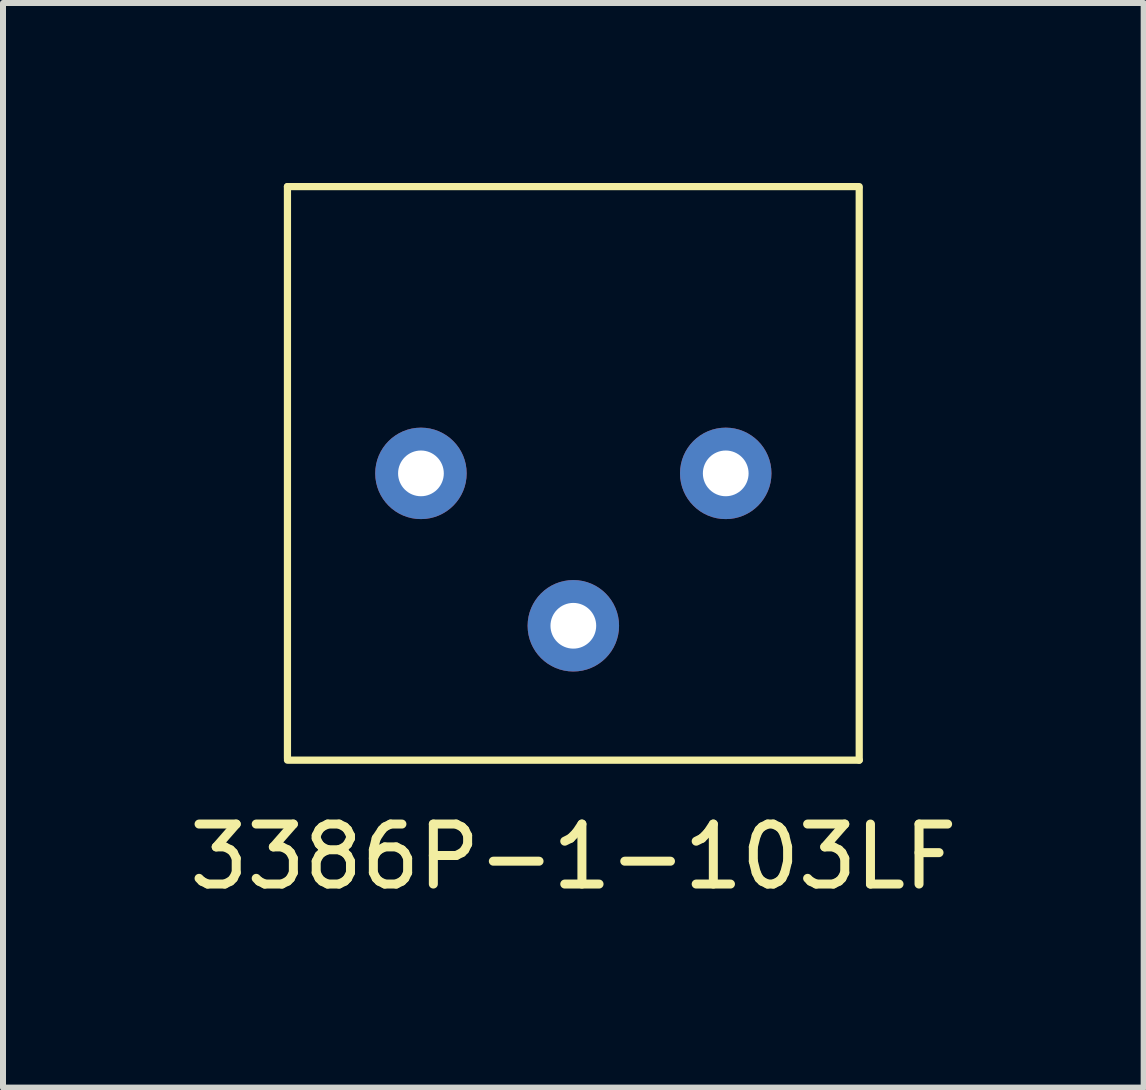
<source format=kicad_pcb>
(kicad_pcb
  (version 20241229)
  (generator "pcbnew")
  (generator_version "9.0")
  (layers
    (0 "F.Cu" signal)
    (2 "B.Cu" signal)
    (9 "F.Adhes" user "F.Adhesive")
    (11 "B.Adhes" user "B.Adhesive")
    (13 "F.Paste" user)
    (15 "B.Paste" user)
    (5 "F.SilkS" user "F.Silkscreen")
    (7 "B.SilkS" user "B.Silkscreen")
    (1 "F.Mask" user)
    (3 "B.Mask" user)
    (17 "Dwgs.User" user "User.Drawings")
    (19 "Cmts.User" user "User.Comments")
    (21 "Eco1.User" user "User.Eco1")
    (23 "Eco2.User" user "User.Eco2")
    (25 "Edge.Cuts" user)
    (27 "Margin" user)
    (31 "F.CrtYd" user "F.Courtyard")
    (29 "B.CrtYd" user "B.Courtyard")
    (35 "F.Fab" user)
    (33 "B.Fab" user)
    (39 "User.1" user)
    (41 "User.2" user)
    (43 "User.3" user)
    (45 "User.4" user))
  (footprint "3386P-1-103LF"
    (layer "F.Cu")
    (at 6.506 4.84)
    (property "Reference" "3386P-1-103LF" (at 0 6.39 0) (layer "F.SilkS") (effects (font (size 1 1) (thickness 0.15))))
    (attr through_hole)
    (fp_line (start -4.765 -4.78) (end -4.765 4.75) (stroke (width 0.12) (type solid)) (layer "F.SilkS"))
    (fp_line (start -4.765 -4.78) (end 4.765 -4.78) (stroke (width 0.12) (type solid)) (layer "F.SilkS"))
    (fp_line (start -4.765 4.78) (end 4.765 4.78) (stroke (width 0.12) (type solid)) (layer "F.SilkS"))
    (fp_line (start 4.765 4.78) (end 4.765 -4.75) (stroke (width 0.12) (type solid)) (layer "F.SilkS"))
    (pad "1" thru_hole circle (at 2.54 0) (size 1.524 1.524) (drill 0.762) (layers "*.Cu" "*.Mask"))
    (pad "2" thru_hole circle (at 0 2.54) (size 1.524 1.524) (drill 0.762) (layers "*.Cu" "*.Mask"))
    (pad "3" thru_hole circle (at -2.54 0) (size 1.524 1.524) (drill 0.762) (layers "*.Cu" "*.Mask")))
  (gr_rect
    (start -3 -3)
    (end 16.012 15.078)
    (stroke (width 0.1) (type default))
    (fill no)
    (layer "Edge.Cuts")))
</source>
